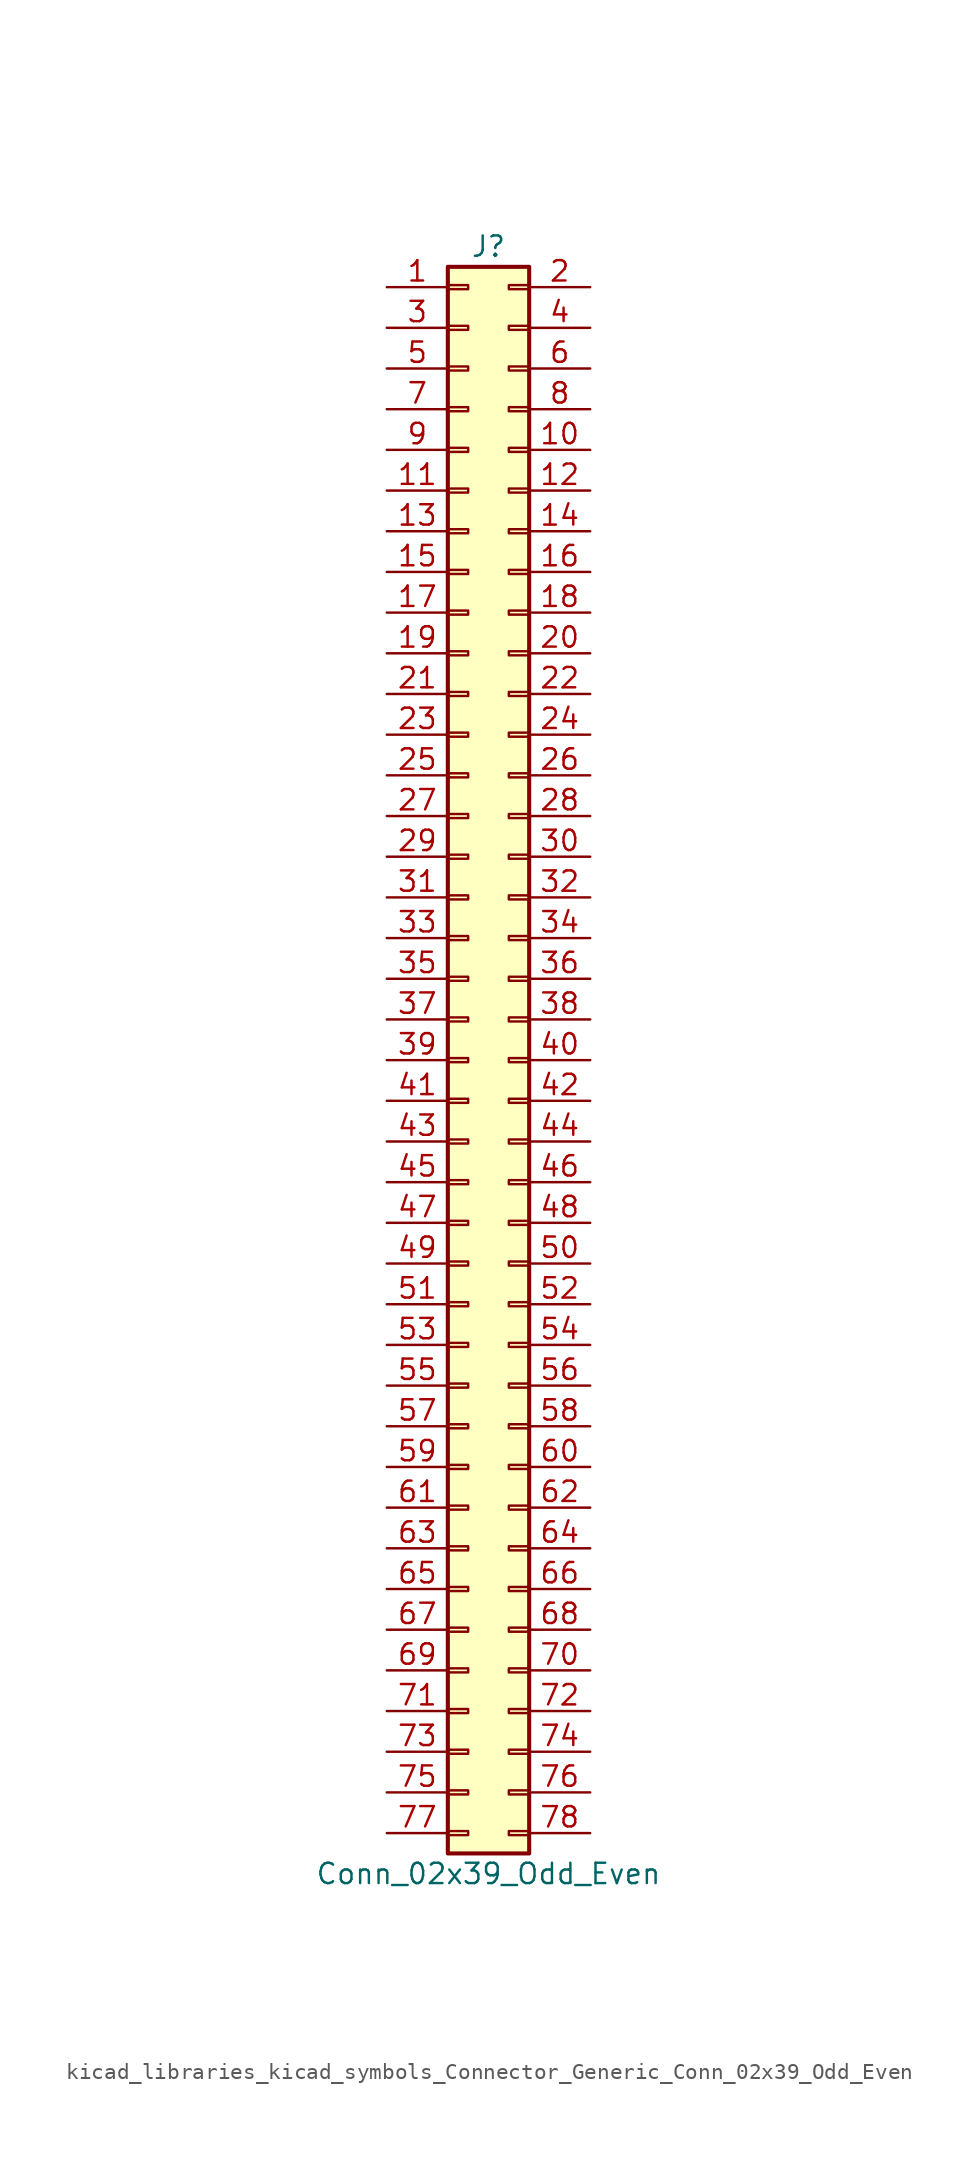
<source format=kicad_sym>
(kicad_symbol_lib
  (version 20220914)
  (generator kicad_symbol_editor)
  (symbol "kicad_libraries_kicad_symbols_Connector_Generic_Conn_02x39_Odd_Even"
    (pin_names
      (offset 1.016) hide)
    (property "Reference" "J"
      (at 1.27 50.8 0)
      (effects (font (size 1.27 1.27))))
    (property "Value" "Conn_02x39_Odd_Even"
      (at 1.27 -50.8 0)
      (effects (font (size 1.27 1.27))))
    (symbol "kicad_libraries_kicad_symbols_Connector_Generic_Conn_02x39_Odd_Even_1_1"
      (rectangle (start -1.27 -48.133) (end 0 -48.387) (stroke (width 0.152) (type default)) (fill (type none)))
      (rectangle (start -1.27 -45.593) (end 0 -45.847) (stroke (width 0.152) (type default)) (fill (type none)))
      (rectangle (start -1.27 -43.053) (end 0 -43.307) (stroke (width 0.152) (type default)) (fill (type none)))
      (rectangle (start -1.27 -40.513) (end 0 -40.767) (stroke (width 0.152) (type default)) (fill (type none)))
      (rectangle (start -1.27 -37.973) (end 0 -38.227) (stroke (width 0.152) (type default)) (fill (type none)))
      (rectangle (start -1.27 -35.433) (end 0 -35.687) (stroke (width 0.152) (type default)) (fill (type none)))
      (rectangle (start -1.27 -32.893) (end 0 -33.147) (stroke (width 0.152) (type default)) (fill (type none)))
      (rectangle (start -1.27 -30.353) (end 0 -30.607) (stroke (width 0.152) (type default)) (fill (type none)))
      (rectangle (start -1.27 -27.813) (end 0 -28.067) (stroke (width 0.152) (type default)) (fill (type none)))
      (rectangle (start -1.27 -25.273) (end 0 -25.527) (stroke (width 0.152) (type default)) (fill (type none)))
      (rectangle (start -1.27 -22.733) (end 0 -22.987) (stroke (width 0.152) (type default)) (fill (type none)))
      (rectangle (start -1.27 -20.193) (end 0 -20.447) (stroke (width 0.152) (type default)) (fill (type none)))
      (rectangle (start -1.27 -17.653) (end 0 -17.907) (stroke (width 0.152) (type default)) (fill (type none)))
      (rectangle (start -1.27 -15.113) (end 0 -15.367) (stroke (width 0.152) (type default)) (fill (type none)))
      (rectangle (start -1.27 -12.573) (end 0 -12.827) (stroke (width 0.152) (type default)) (fill (type none)))
      (rectangle (start -1.27 -10.033) (end 0 -10.287) (stroke (width 0.152) (type default)) (fill (type none)))
      (rectangle (start -1.27 -7.493) (end 0 -7.747) (stroke (width 0.152) (type default)) (fill (type none)))
      (rectangle (start -1.27 -4.953) (end 0 -5.207) (stroke (width 0.152) (type default)) (fill (type none)))
      (rectangle (start -1.27 -2.413) (end 0 -2.667) (stroke (width 0.152) (type default)) (fill (type none)))
      (rectangle (start -1.27 0.127) (end 0 -0.127) (stroke (width 0.152) (type default)) (fill (type none)))
      (rectangle (start -1.27 2.667) (end 0 2.413) (stroke (width 0.152) (type default)) (fill (type none)))
      (rectangle (start -1.27 5.207) (end 0 4.953) (stroke (width 0.152) (type default)) (fill (type none)))
      (rectangle (start -1.27 7.747) (end 0 7.493) (stroke (width 0.152) (type default)) (fill (type none)))
      (rectangle (start -1.27 10.287) (end 0 10.033) (stroke (width 0.152) (type default)) (fill (type none)))
      (rectangle (start -1.27 12.827) (end 0 12.573) (stroke (width 0.152) (type default)) (fill (type none)))
      (rectangle (start -1.27 15.367) (end 0 15.113) (stroke (width 0.152) (type default)) (fill (type none)))
      (rectangle (start -1.27 17.907) (end 0 17.653) (stroke (width 0.152) (type default)) (fill (type none)))
      (rectangle (start -1.27 20.447) (end 0 20.193) (stroke (width 0.152) (type default)) (fill (type none)))
      (rectangle (start -1.27 22.987) (end 0 22.733) (stroke (width 0.152) (type default)) (fill (type none)))
      (rectangle (start -1.27 25.527) (end 0 25.273) (stroke (width 0.152) (type default)) (fill (type none)))
      (rectangle (start -1.27 28.067) (end 0 27.813) (stroke (width 0.152) (type default)) (fill (type none)))
      (rectangle (start -1.27 30.607) (end 0 30.353) (stroke (width 0.152) (type default)) (fill (type none)))
      (rectangle (start -1.27 33.147) (end 0 32.893) (stroke (width 0.152) (type default)) (fill (type none)))
      (rectangle (start -1.27 35.687) (end 0 35.433) (stroke (width 0.152) (type default)) (fill (type none)))
      (rectangle (start -1.27 38.227) (end 0 37.973) (stroke (width 0.152) (type default)) (fill (type none)))
      (rectangle (start -1.27 40.767) (end 0 40.513) (stroke (width 0.152) (type default)) (fill (type none)))
      (rectangle (start -1.27 43.307) (end 0 43.053) (stroke (width 0.152) (type default)) (fill (type none)))
      (rectangle (start -1.27 45.847) (end 0 45.593) (stroke (width 0.152) (type default)) (fill (type none)))
      (rectangle (start -1.27 48.387) (end 0 48.133) (stroke (width 0.152) (type default)) (fill (type none)))
      (rectangle (start -1.27 49.53) (end 3.81 -49.53) (stroke (width 0.254) (type default)) (fill (type background)))
      (rectangle (start 3.81 -48.133) (end 2.54 -48.387) (stroke (width 0.152) (type default)) (fill (type none)))
      (rectangle (start 3.81 -45.593) (end 2.54 -45.847) (stroke (width 0.152) (type default)) (fill (type none)))
      (rectangle (start 3.81 -43.053) (end 2.54 -43.307) (stroke (width 0.152) (type default)) (fill (type none)))
      (rectangle (start 3.81 -40.513) (end 2.54 -40.767) (stroke (width 0.152) (type default)) (fill (type none)))
      (rectangle (start 3.81 -37.973) (end 2.54 -38.227) (stroke (width 0.152) (type default)) (fill (type none)))
      (rectangle (start 3.81 -35.433) (end 2.54 -35.687) (stroke (width 0.152) (type default)) (fill (type none)))
      (rectangle (start 3.81 -32.893) (end 2.54 -33.147) (stroke (width 0.152) (type default)) (fill (type none)))
      (rectangle (start 3.81 -30.353) (end 2.54 -30.607) (stroke (width 0.152) (type default)) (fill (type none)))
      (rectangle (start 3.81 -27.813) (end 2.54 -28.067) (stroke (width 0.152) (type default)) (fill (type none)))
      (rectangle (start 3.81 -25.273) (end 2.54 -25.527) (stroke (width 0.152) (type default)) (fill (type none)))
      (rectangle (start 3.81 -22.733) (end 2.54 -22.987) (stroke (width 0.152) (type default)) (fill (type none)))
      (rectangle (start 3.81 -20.193) (end 2.54 -20.447) (stroke (width 0.152) (type default)) (fill (type none)))
      (rectangle (start 3.81 -17.653) (end 2.54 -17.907) (stroke (width 0.152) (type default)) (fill (type none)))
      (rectangle (start 3.81 -15.113) (end 2.54 -15.367) (stroke (width 0.152) (type default)) (fill (type none)))
      (rectangle (start 3.81 -12.573) (end 2.54 -12.827) (stroke (width 0.152) (type default)) (fill (type none)))
      (rectangle (start 3.81 -10.033) (end 2.54 -10.287) (stroke (width 0.152) (type default)) (fill (type none)))
      (rectangle (start 3.81 -7.493) (end 2.54 -7.747) (stroke (width 0.152) (type default)) (fill (type none)))
      (rectangle (start 3.81 -4.953) (end 2.54 -5.207) (stroke (width 0.152) (type default)) (fill (type none)))
      (rectangle (start 3.81 -2.413) (end 2.54 -2.667) (stroke (width 0.152) (type default)) (fill (type none)))
      (rectangle (start 3.81 0.127) (end 2.54 -0.127) (stroke (width 0.152) (type default)) (fill (type none)))
      (rectangle (start 3.81 2.667) (end 2.54 2.413) (stroke (width 0.152) (type default)) (fill (type none)))
      (rectangle (start 3.81 5.207) (end 2.54 4.953) (stroke (width 0.152) (type default)) (fill (type none)))
      (rectangle (start 3.81 7.747) (end 2.54 7.493) (stroke (width 0.152) (type default)) (fill (type none)))
      (rectangle (start 3.81 10.287) (end 2.54 10.033) (stroke (width 0.152) (type default)) (fill (type none)))
      (rectangle (start 3.81 12.827) (end 2.54 12.573) (stroke (width 0.152) (type default)) (fill (type none)))
      (rectangle (start 3.81 15.367) (end 2.54 15.113) (stroke (width 0.152) (type default)) (fill (type none)))
      (rectangle (start 3.81 17.907) (end 2.54 17.653) (stroke (width 0.152) (type default)) (fill (type none)))
      (rectangle (start 3.81 20.447) (end 2.54 20.193) (stroke (width 0.152) (type default)) (fill (type none)))
      (rectangle (start 3.81 22.987) (end 2.54 22.733) (stroke (width 0.152) (type default)) (fill (type none)))
      (rectangle (start 3.81 25.527) (end 2.54 25.273) (stroke (width 0.152) (type default)) (fill (type none)))
      (rectangle (start 3.81 28.067) (end 2.54 27.813) (stroke (width 0.152) (type default)) (fill (type none)))
      (rectangle (start 3.81 30.607) (end 2.54 30.353) (stroke (width 0.152) (type default)) (fill (type none)))
      (rectangle (start 3.81 33.147) (end 2.54 32.893) (stroke (width 0.152) (type default)) (fill (type none)))
      (rectangle (start 3.81 35.687) (end 2.54 35.433) (stroke (width 0.152) (type default)) (fill (type none)))
      (rectangle (start 3.81 38.227) (end 2.54 37.973) (stroke (width 0.152) (type default)) (fill (type none)))
      (rectangle (start 3.81 40.767) (end 2.54 40.513) (stroke (width 0.152) (type default)) (fill (type none)))
      (rectangle (start 3.81 43.307) (end 2.54 43.053) (stroke (width 0.152) (type default)) (fill (type none)))
      (rectangle (start 3.81 45.847) (end 2.54 45.593) (stroke (width 0.152) (type default)) (fill (type none)))
      (rectangle (start 3.81 48.387) (end 2.54 48.133) (stroke (width 0.152) (type default)) (fill (type none)))
      (pin passive line (at -5.08 48.26 0) (length 3.81) (name "Pin_1" (effects (font (size 1.27 1.27)))) (number "1" (effects (font (size 1.27 1.27)))))
      (pin passive line (at 7.62 38.1 180) (length 3.81) (name "Pin_10" (effects (font (size 1.27 1.27)))) (number "10" (effects (font (size 1.27 1.27)))))
      (pin passive line (at -5.08 35.56 0) (length 3.81) (name "Pin_11" (effects (font (size 1.27 1.27)))) (number "11" (effects (font (size 1.27 1.27)))))
      (pin passive line (at 7.62 35.56 180) (length 3.81) (name "Pin_12" (effects (font (size 1.27 1.27)))) (number "12" (effects (font (size 1.27 1.27)))))
      (pin passive line (at -5.08 33.02 0) (length 3.81) (name "Pin_13" (effects (font (size 1.27 1.27)))) (number "13" (effects (font (size 1.27 1.27)))))
      (pin passive line (at 7.62 33.02 180) (length 3.81) (name "Pin_14" (effects (font (size 1.27 1.27)))) (number "14" (effects (font (size 1.27 1.27)))))
      (pin passive line (at -5.08 30.48 0) (length 3.81) (name "Pin_15" (effects (font (size 1.27 1.27)))) (number "15" (effects (font (size 1.27 1.27)))))
      (pin passive line (at 7.62 30.48 180) (length 3.81) (name "Pin_16" (effects (font (size 1.27 1.27)))) (number "16" (effects (font (size 1.27 1.27)))))
      (pin passive line (at -5.08 27.94 0) (length 3.81) (name "Pin_17" (effects (font (size 1.27 1.27)))) (number "17" (effects (font (size 1.27 1.27)))))
      (pin passive line (at 7.62 27.94 180) (length 3.81) (name "Pin_18" (effects (font (size 1.27 1.27)))) (number "18" (effects (font (size 1.27 1.27)))))
      (pin passive line (at -5.08 25.4 0) (length 3.81) (name "Pin_19" (effects (font (size 1.27 1.27)))) (number "19" (effects (font (size 1.27 1.27)))))
      (pin passive line (at 7.62 48.26 180) (length 3.81) (name "Pin_2" (effects (font (size 1.27 1.27)))) (number "2" (effects (font (size 1.27 1.27)))))
      (pin passive line (at 7.62 25.4 180) (length 3.81) (name "Pin_20" (effects (font (size 1.27 1.27)))) (number "20" (effects (font (size 1.27 1.27)))))
      (pin passive line (at -5.08 22.86 0) (length 3.81) (name "Pin_21" (effects (font (size 1.27 1.27)))) (number "21" (effects (font (size 1.27 1.27)))))
      (pin passive line (at 7.62 22.86 180) (length 3.81) (name "Pin_22" (effects (font (size 1.27 1.27)))) (number "22" (effects (font (size 1.27 1.27)))))
      (pin passive line (at -5.08 20.32 0) (length 3.81) (name "Pin_23" (effects (font (size 1.27 1.27)))) (number "23" (effects (font (size 1.27 1.27)))))
      (pin passive line (at 7.62 20.32 180) (length 3.81) (name "Pin_24" (effects (font (size 1.27 1.27)))) (number "24" (effects (font (size 1.27 1.27)))))
      (pin passive line (at -5.08 17.78 0) (length 3.81) (name "Pin_25" (effects (font (size 1.27 1.27)))) (number "25" (effects (font (size 1.27 1.27)))))
      (pin passive line (at 7.62 17.78 180) (length 3.81) (name "Pin_26" (effects (font (size 1.27 1.27)))) (number "26" (effects (font (size 1.27 1.27)))))
      (pin passive line (at -5.08 15.24 0) (length 3.81) (name "Pin_27" (effects (font (size 1.27 1.27)))) (number "27" (effects (font (size 1.27 1.27)))))
      (pin passive line (at 7.62 15.24 180) (length 3.81) (name "Pin_28" (effects (font (size 1.27 1.27)))) (number "28" (effects (font (size 1.27 1.27)))))
      (pin passive line (at -5.08 12.7 0) (length 3.81) (name "Pin_29" (effects (font (size 1.27 1.27)))) (number "29" (effects (font (size 1.27 1.27)))))
      (pin passive line (at -5.08 45.72 0) (length 3.81) (name "Pin_3" (effects (font (size 1.27 1.27)))) (number "3" (effects (font (size 1.27 1.27)))))
      (pin passive line (at 7.62 12.7 180) (length 3.81) (name "Pin_30" (effects (font (size 1.27 1.27)))) (number "30" (effects (font (size 1.27 1.27)))))
      (pin passive line (at -5.08 10.16 0) (length 3.81) (name "Pin_31" (effects (font (size 1.27 1.27)))) (number "31" (effects (font (size 1.27 1.27)))))
      (pin passive line (at 7.62 10.16 180) (length 3.81) (name "Pin_32" (effects (font (size 1.27 1.27)))) (number "32" (effects (font (size 1.27 1.27)))))
      (pin passive line (at -5.08 7.62 0) (length 3.81) (name "Pin_33" (effects (font (size 1.27 1.27)))) (number "33" (effects (font (size 1.27 1.27)))))
      (pin passive line (at 7.62 7.62 180) (length 3.81) (name "Pin_34" (effects (font (size 1.27 1.27)))) (number "34" (effects (font (size 1.27 1.27)))))
      (pin passive line (at -5.08 5.08 0) (length 3.81) (name "Pin_35" (effects (font (size 1.27 1.27)))) (number "35" (effects (font (size 1.27 1.27)))))
      (pin passive line (at 7.62 5.08 180) (length 3.81) (name "Pin_36" (effects (font (size 1.27 1.27)))) (number "36" (effects (font (size 1.27 1.27)))))
      (pin passive line (at -5.08 2.54 0) (length 3.81) (name "Pin_37" (effects (font (size 1.27 1.27)))) (number "37" (effects (font (size 1.27 1.27)))))
      (pin passive line (at 7.62 2.54 180) (length 3.81) (name "Pin_38" (effects (font (size 1.27 1.27)))) (number "38" (effects (font (size 1.27 1.27)))))
      (pin passive line (at -5.08 0 0) (length 3.81) (name "Pin_39" (effects (font (size 1.27 1.27)))) (number "39" (effects (font (size 1.27 1.27)))))
      (pin passive line (at 7.62 45.72 180) (length 3.81) (name "Pin_4" (effects (font (size 1.27 1.27)))) (number "4" (effects (font (size 1.27 1.27)))))
      (pin passive line (at 7.62 0 180) (length 3.81) (name "Pin_40" (effects (font (size 1.27 1.27)))) (number "40" (effects (font (size 1.27 1.27)))))
      (pin passive line (at -5.08 -2.54 0) (length 3.81) (name "Pin_41" (effects (font (size 1.27 1.27)))) (number "41" (effects (font (size 1.27 1.27)))))
      (pin passive line (at 7.62 -2.54 180) (length 3.81) (name "Pin_42" (effects (font (size 1.27 1.27)))) (number "42" (effects (font (size 1.27 1.27)))))
      (pin passive line (at -5.08 -5.08 0) (length 3.81) (name "Pin_43" (effects (font (size 1.27 1.27)))) (number "43" (effects (font (size 1.27 1.27)))))
      (pin passive line (at 7.62 -5.08 180) (length 3.81) (name "Pin_44" (effects (font (size 1.27 1.27)))) (number "44" (effects (font (size 1.27 1.27)))))
      (pin passive line (at -5.08 -7.62 0) (length 3.81) (name "Pin_45" (effects (font (size 1.27 1.27)))) (number "45" (effects (font (size 1.27 1.27)))))
      (pin passive line (at 7.62 -7.62 180) (length 3.81) (name "Pin_46" (effects (font (size 1.27 1.27)))) (number "46" (effects (font (size 1.27 1.27)))))
      (pin passive line (at -5.08 -10.16 0) (length 3.81) (name "Pin_47" (effects (font (size 1.27 1.27)))) (number "47" (effects (font (size 1.27 1.27)))))
      (pin passive line (at 7.62 -10.16 180) (length 3.81) (name "Pin_48" (effects (font (size 1.27 1.27)))) (number "48" (effects (font (size 1.27 1.27)))))
      (pin passive line (at -5.08 -12.7 0) (length 3.81) (name "Pin_49" (effects (font (size 1.27 1.27)))) (number "49" (effects (font (size 1.27 1.27)))))
      (pin passive line (at -5.08 43.18 0) (length 3.81) (name "Pin_5" (effects (font (size 1.27 1.27)))) (number "5" (effects (font (size 1.27 1.27)))))
      (pin passive line (at 7.62 -12.7 180) (length 3.81) (name "Pin_50" (effects (font (size 1.27 1.27)))) (number "50" (effects (font (size 1.27 1.27)))))
      (pin passive line (at -5.08 -15.24 0) (length 3.81) (name "Pin_51" (effects (font (size 1.27 1.27)))) (number "51" (effects (font (size 1.27 1.27)))))
      (pin passive line (at 7.62 -15.24 180) (length 3.81) (name "Pin_52" (effects (font (size 1.27 1.27)))) (number "52" (effects (font (size 1.27 1.27)))))
      (pin passive line (at -5.08 -17.78 0) (length 3.81) (name "Pin_53" (effects (font (size 1.27 1.27)))) (number "53" (effects (font (size 1.27 1.27)))))
      (pin passive line (at 7.62 -17.78 180) (length 3.81) (name "Pin_54" (effects (font (size 1.27 1.27)))) (number "54" (effects (font (size 1.27 1.27)))))
      (pin passive line (at -5.08 -20.32 0) (length 3.81) (name "Pin_55" (effects (font (size 1.27 1.27)))) (number "55" (effects (font (size 1.27 1.27)))))
      (pin passive line (at 7.62 -20.32 180) (length 3.81) (name "Pin_56" (effects (font (size 1.27 1.27)))) (number "56" (effects (font (size 1.27 1.27)))))
      (pin passive line (at -5.08 -22.86 0) (length 3.81) (name "Pin_57" (effects (font (size 1.27 1.27)))) (number "57" (effects (font (size 1.27 1.27)))))
      (pin passive line (at 7.62 -22.86 180) (length 3.81) (name "Pin_58" (effects (font (size 1.27 1.27)))) (number "58" (effects (font (size 1.27 1.27)))))
      (pin passive line (at -5.08 -25.4 0) (length 3.81) (name "Pin_59" (effects (font (size 1.27 1.27)))) (number "59" (effects (font (size 1.27 1.27)))))
      (pin passive line (at 7.62 43.18 180) (length 3.81) (name "Pin_6" (effects (font (size 1.27 1.27)))) (number "6" (effects (font (size 1.27 1.27)))))
      (pin passive line (at 7.62 -25.4 180) (length 3.81) (name "Pin_60" (effects (font (size 1.27 1.27)))) (number "60" (effects (font (size 1.27 1.27)))))
      (pin passive line (at -5.08 -27.94 0) (length 3.81) (name "Pin_61" (effects (font (size 1.27 1.27)))) (number "61" (effects (font (size 1.27 1.27)))))
      (pin passive line (at 7.62 -27.94 180) (length 3.81) (name "Pin_62" (effects (font (size 1.27 1.27)))) (number "62" (effects (font (size 1.27 1.27)))))
      (pin passive line (at -5.08 -30.48 0) (length 3.81) (name "Pin_63" (effects (font (size 1.27 1.27)))) (number "63" (effects (font (size 1.27 1.27)))))
      (pin passive line (at 7.62 -30.48 180) (length 3.81) (name "Pin_64" (effects (font (size 1.27 1.27)))) (number "64" (effects (font (size 1.27 1.27)))))
      (pin passive line (at -5.08 -33.02 0) (length 3.81) (name "Pin_65" (effects (font (size 1.27 1.27)))) (number "65" (effects (font (size 1.27 1.27)))))
      (pin passive line (at 7.62 -33.02 180) (length 3.81) (name "Pin_66" (effects (font (size 1.27 1.27)))) (number "66" (effects (font (size 1.27 1.27)))))
      (pin passive line (at -5.08 -35.56 0) (length 3.81) (name "Pin_67" (effects (font (size 1.27 1.27)))) (number "67" (effects (font (size 1.27 1.27)))))
      (pin passive line (at 7.62 -35.56 180) (length 3.81) (name "Pin_68" (effects (font (size 1.27 1.27)))) (number "68" (effects (font (size 1.27 1.27)))))
      (pin passive line (at -5.08 -38.1 0) (length 3.81) (name "Pin_69" (effects (font (size 1.27 1.27)))) (number "69" (effects (font (size 1.27 1.27)))))
      (pin passive line (at -5.08 40.64 0) (length 3.81) (name "Pin_7" (effects (font (size 1.27 1.27)))) (number "7" (effects (font (size 1.27 1.27)))))
      (pin passive line (at 7.62 -38.1 180) (length 3.81) (name "Pin_70" (effects (font (size 1.27 1.27)))) (number "70" (effects (font (size 1.27 1.27)))))
      (pin passive line (at -5.08 -40.64 0) (length 3.81) (name "Pin_71" (effects (font (size 1.27 1.27)))) (number "71" (effects (font (size 1.27 1.27)))))
      (pin passive line (at 7.62 -40.64 180) (length 3.81) (name "Pin_72" (effects (font (size 1.27 1.27)))) (number "72" (effects (font (size 1.27 1.27)))))
      (pin passive line (at -5.08 -43.18 0) (length 3.81) (name "Pin_73" (effects (font (size 1.27 1.27)))) (number "73" (effects (font (size 1.27 1.27)))))
      (pin passive line (at 7.62 -43.18 180) (length 3.81) (name "Pin_74" (effects (font (size 1.27 1.27)))) (number "74" (effects (font (size 1.27 1.27)))))
      (pin passive line (at -5.08 -45.72 0) (length 3.81) (name "Pin_75" (effects (font (size 1.27 1.27)))) (number "75" (effects (font (size 1.27 1.27)))))
      (pin passive line (at 7.62 -45.72 180) (length 3.81) (name "Pin_76" (effects (font (size 1.27 1.27)))) (number "76" (effects (font (size 1.27 1.27)))))
      (pin passive line (at -5.08 -48.26 0) (length 3.81) (name "Pin_77" (effects (font (size 1.27 1.27)))) (number "77" (effects (font (size 1.27 1.27)))))
      (pin passive line (at 7.62 -48.26 180) (length 3.81) (name "Pin_78" (effects (font (size 1.27 1.27)))) (number "78" (effects (font (size 1.27 1.27)))))
      (pin passive line (at 7.62 40.64 180) (length 3.81) (name "Pin_8" (effects (font (size 1.27 1.27)))) (number "8" (effects (font (size 1.27 1.27)))))
      (pin passive line (at -5.08 38.1 0) (length 3.81) (name "Pin_9" (effects (font (size 1.27 1.27)))) (number "9" (effects (font (size 1.27 1.27))))))))
</source>
